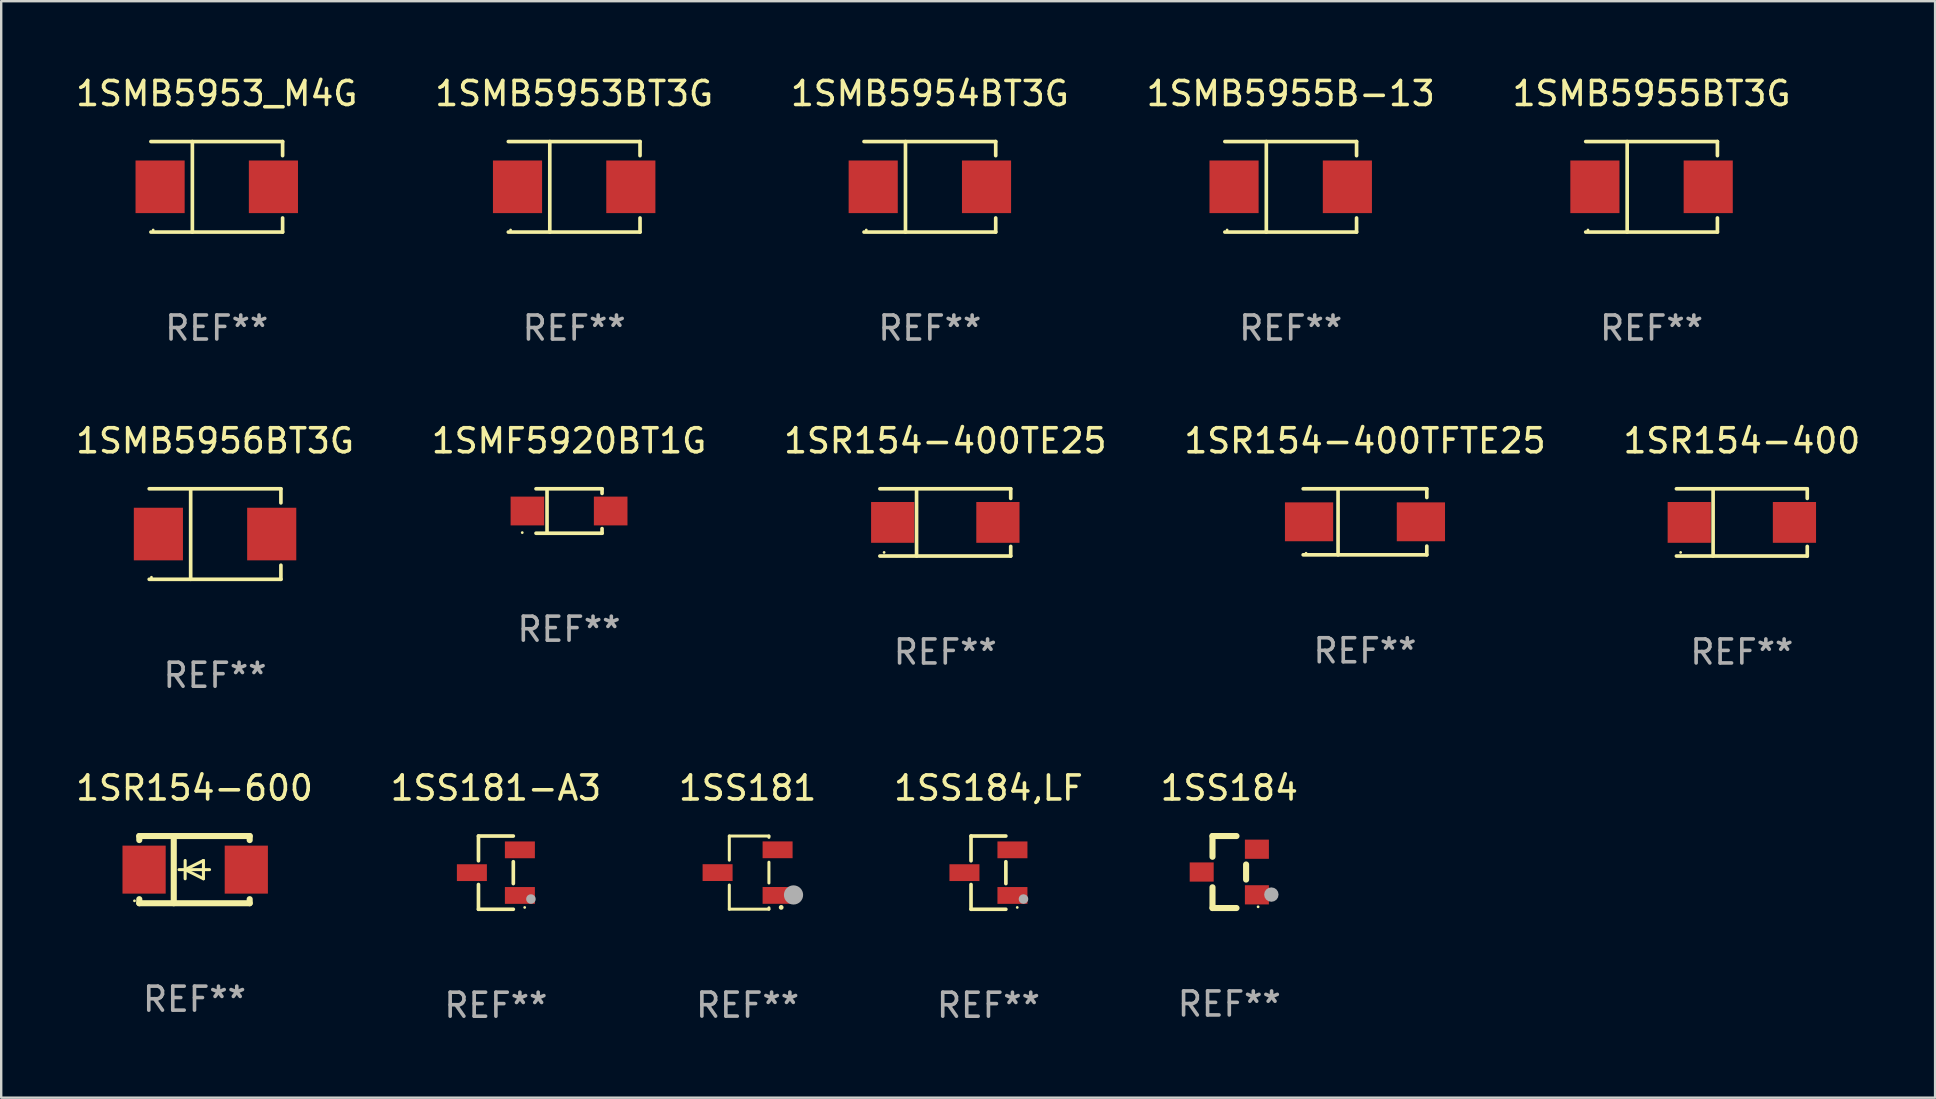
<source format=kicad_pcb>
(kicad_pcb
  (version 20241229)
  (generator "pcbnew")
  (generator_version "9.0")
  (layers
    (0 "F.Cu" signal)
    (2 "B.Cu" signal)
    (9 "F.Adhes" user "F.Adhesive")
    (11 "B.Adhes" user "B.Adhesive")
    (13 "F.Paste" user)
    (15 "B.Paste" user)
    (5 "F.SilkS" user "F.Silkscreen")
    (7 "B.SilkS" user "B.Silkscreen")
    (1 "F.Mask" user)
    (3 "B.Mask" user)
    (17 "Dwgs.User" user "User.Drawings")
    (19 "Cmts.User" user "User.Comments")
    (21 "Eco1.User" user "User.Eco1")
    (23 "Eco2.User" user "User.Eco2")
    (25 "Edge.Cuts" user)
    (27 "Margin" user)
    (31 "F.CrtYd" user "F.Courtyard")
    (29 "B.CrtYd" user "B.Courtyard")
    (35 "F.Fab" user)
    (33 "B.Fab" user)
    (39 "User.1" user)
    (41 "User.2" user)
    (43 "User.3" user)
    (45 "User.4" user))
  (footprint "1SMF5920BT1G"
    (layer "F.Cu")
    (at 20.661 18.243)
    (property "Reference" "1SMF5920BT1G" (at 0 -2.926 0) (layer "F.SilkS") (effects (font (size 1 1) (thickness 0.15))))
    (attr through_hole)
    (fp_line (start -1.376 -0.926) (end 1.376 -0.926) (stroke (width 0.152) (type solid)) (layer "F.SilkS"))
    (fp_line (start -1.376 0.926) (end 1.376 0.926) (stroke (width 0.152) (type solid)) (layer "F.SilkS"))
    (fp_line (start -0.917 -0.876) (end -0.917 0.876) (stroke (width 0.152) (type solid)) (layer "F.SilkS"))
    (fp_line (start 1.376 -0.926) (end 1.376 -0.733) (stroke (width 0.152) (type solid)) (layer "F.SilkS"))
    (fp_line (start 1.376 0.926) (end 1.376 0.733) (stroke (width 0.152) (type solid)) (layer "F.SilkS"))
    (fp_circle (center -1.95 0.9) (end -1.92 0.9) (stroke (width 0.06) (type solid)) (fill no) (layer "F.SilkS"))
    (fp_text user "REF**" (at 0 4.926 0) (layer "F.Fab") (effects (font (size 1 1) (thickness 0.15))))
    (pad "1" smd rect (at -1.735 0) (size 1.4 1.2) (layers "F.Cu" "F.Mask" "F.Paste"))
    (pad "2" smd rect (at 1.735 0) (size 1.4 1.2) (layers "F.Cu" "F.Mask" "F.Paste")))
  (footprint "1SMB5955B-13"
    (layer "F.Cu")
    (at 50.732 4.734)
    (property "Reference" "1SMB5955B-13" (at 0 -3.886 0) (layer "F.SilkS") (effects (font (size 1 1) (thickness 0.15))))
    (attr through_hole)
    (fp_line (start -2.744 -1.886) (end 2.744 -1.886) (stroke (width 0.152) (type solid)) (layer "F.SilkS"))
    (fp_line (start -2.744 1.886) (end 2.744 1.886) (stroke (width 0.152) (type solid)) (layer "F.SilkS"))
    (fp_line (start -1.016 -1.886) (end -1.016 1.886) (stroke (width 0.152) (type solid)) (layer "F.SilkS"))
    (fp_line (start 2.744 -1.886) (end 2.744 -1.299) (stroke (width 0.152) (type solid)) (layer "F.SilkS"))
    (fp_line (start 2.744 1.886) (end 2.744 1.299) (stroke (width 0.152) (type solid)) (layer "F.SilkS"))
    (fp_circle (center -2.65 1.8) (end -2.62 1.8) (stroke (width 0.06) (type solid)) (fill no) (layer "F.SilkS"))
    (fp_text user "REF**" (at 0 5.886 0) (layer "F.Fab") (effects (font (size 1 1) (thickness 0.15))))
    (pad "1" smd rect (at -2.361 0) (size 2.047 2.192) (layers "F.Cu" "F.Mask" "F.Paste"))
    (pad "2" smd rect (at 2.361 0) (size 2.047 2.192) (layers "F.Cu" "F.Mask" "F.Paste")))
  (footprint "1SR154-400"
    (layer "F.Cu")
    (at 69.53 18.718)
    (property "Reference" "1SR154-400" (at 0 -3.401 0) (layer "F.SilkS") (effects (font (size 1 1) (thickness 0.15))))
    (attr through_hole)
    (fp_line (start -2.726 -1.401) (end 2.726 -1.401) (stroke (width 0.152) (type solid)) (layer "F.SilkS"))
    (fp_line (start -2.726 1.401) (end 2.726 1.401) (stroke (width 0.152) (type solid)) (layer "F.SilkS"))
    (fp_line (start -1.197 -1.401) (end -1.197 1.401) (stroke (width 0.152) (type solid)) (layer "F.SilkS"))
    (fp_line (start 2.726 -1.401) (end 2.726 -1) (stroke (width 0.152) (type solid)) (layer "F.SilkS"))
    (fp_line (start 2.726 1.401) (end 2.726 1) (stroke (width 0.152) (type solid)) (layer "F.SilkS"))
    (fp_circle (center -2.55 1.25) (end -2.52 1.25) (stroke (width 0.06) (type solid)) (fill no) (layer "F.SilkS"))
    (fp_text user "REF**" (at 0 5.401 0) (layer "F.Fab") (effects (font (size 1 1) (thickness 0.15))))
    (pad "1" smd rect (at -2.192 0) (size 1.8 1.7) (layers "F.Cu" "F.Mask" "F.Paste"))
    (pad "2" smd rect (at 2.192 0) (size 1.8 1.7) (layers "F.Cu" "F.Mask" "F.Paste")))
  (footprint "1SMB5953BT3G"
    (layer "F.Cu")
    (at 20.875 4.734)
    (property "Reference" "1SMB5953BT3G" (at 0 -3.886 0) (layer "F.SilkS") (effects (font (size 1 1) (thickness 0.15))))
    (attr through_hole)
    (fp_line (start -2.744 -1.886) (end 2.744 -1.886) (stroke (width 0.152) (type solid)) (layer "F.SilkS"))
    (fp_line (start -2.744 1.886) (end 2.744 1.886) (stroke (width 0.152) (type solid)) (layer "F.SilkS"))
    (fp_line (start -1.016 -1.886) (end -1.016 1.886) (stroke (width 0.152) (type solid)) (layer "F.SilkS"))
    (fp_line (start 2.744 -1.886) (end 2.744 -1.299) (stroke (width 0.152) (type solid)) (layer "F.SilkS"))
    (fp_line (start 2.744 1.886) (end 2.744 1.299) (stroke (width 0.152) (type solid)) (layer "F.SilkS"))
    (fp_circle (center -2.65 1.8) (end -2.62 1.8) (stroke (width 0.06) (type solid)) (fill no) (layer "F.SilkS"))
    (fp_text user "REF**" (at 0 5.886 0) (layer "F.Fab") (effects (font (size 1 1) (thickness 0.15))))
    (pad "1" smd rect (at -2.361 0) (size 2.047 2.192) (layers "F.Cu" "F.Mask" "F.Paste"))
    (pad "2" smd rect (at 2.361 0) (size 2.047 2.192) (layers "F.Cu" "F.Mask" "F.Paste")))
  (footprint "1SR154-600"
    (layer "F.Cu")
    (at 5.054 33.186)
    (property "Reference" "1SR154-600" (at 0 -3.4 0) (layer "F.SilkS") (effects (font (size 1 1) (thickness 0.15))))
    (attr through_hole)
    (fp_line (start -2.3 -1.4) (end -2.3 -1.231) (stroke (width 0.254) (type solid)) (layer "F.SilkS"))
    (fp_line (start -2.3 -1.4) (end 2.3 -1.4) (stroke (width 0.254) (type solid)) (layer "F.SilkS"))
    (fp_line (start -2.3 1.231) (end -2.3 1.4) (stroke (width 0.254) (type solid)) (layer "F.SilkS"))
    (fp_line (start -2.3 1.4) (end 2.3 1.4) (stroke (width 0.254) (type solid)) (layer "F.SilkS"))
    (fp_line (start -0.864 1.4) (end -0.864 -1.4) (stroke (width 0.254) (type solid)) (layer "F.SilkS"))
    (fp_line (start -0.389 0) (end -0.389 -0.381) (stroke (width 0.127) (type solid)) (layer "F.SilkS"))
    (fp_line (start -0.389 0) (end -0.389 0.381) (stroke (width 0.127) (type solid)) (layer "F.SilkS"))
    (fp_line (start 0.373 -0.381) (end -0.389 0) (stroke (width 0.127) (type solid)) (layer "F.SilkS"))
    (fp_line (start 0.373 0) (end 0.373 -0.381) (stroke (width 0.127) (type solid)) (layer "F.SilkS"))
    (fp_line (start 0.373 0) (end 0.373 0.381) (stroke (width 0.127) (type solid)) (layer "F.SilkS"))
    (fp_line (start 0.373 0.381) (end -0.389 0) (stroke (width 0.127) (type solid)) (layer "F.SilkS"))
    (fp_line (start 0.627 0) (end -0.643 0) (stroke (width 0.127) (type solid)) (layer "F.SilkS"))
    (fp_line (start 2.3 -1.4) (end 2.3 -1.231) (stroke (width 0.254) (type solid)) (layer "F.SilkS"))
    (fp_line (start 2.3 1.231) (end 2.3 1.4) (stroke (width 0.254) (type solid)) (layer "F.SilkS"))
    (fp_circle (center -2.5 1.3) (end -2.47 1.3) (stroke (width 0.06) (type solid)) (fill no) (layer "F.SilkS"))
    (fp_text user "REF**" (at 0 5.4 0) (layer "F.Fab") (effects (font (size 1 1) (thickness 0.15))))
    (pad "1" smd rect (at -2.1 0 180) (size 1.8 2) (layers "F.Cu" "F.Mask" "F.Paste"))
    (pad "2" smd rect (at 2.159 0 180) (size 1.8 2) (layers "F.Cu" "F.Mask" "F.Paste")))
  (footprint "1SMB5956BT3G"
    (layer "F.Cu")
    (at 5.911 19.203)
    (property "Reference" "1SMB5956BT3G" (at 0 -3.886 0) (layer "F.SilkS") (effects (font (size 1 1) (thickness 0.15))))
    (attr through_hole)
    (fp_line (start -2.744 -1.886) (end 2.744 -1.886) (stroke (width 0.152) (type solid)) (layer "F.SilkS"))
    (fp_line (start -2.744 1.886) (end 2.744 1.886) (stroke (width 0.152) (type solid)) (layer "F.SilkS"))
    (fp_line (start -1.016 -1.886) (end -1.016 1.886) (stroke (width 0.152) (type solid)) (layer "F.SilkS"))
    (fp_line (start 2.744 -1.886) (end 2.744 -1.299) (stroke (width 0.152) (type solid)) (layer "F.SilkS"))
    (fp_line (start 2.744 1.886) (end 2.744 1.299) (stroke (width 0.152) (type solid)) (layer "F.SilkS"))
    (fp_circle (center -2.65 1.8) (end -2.62 1.8) (stroke (width 0.06) (type solid)) (fill no) (layer "F.SilkS"))
    (fp_text user "REF**" (at 0 5.886 0) (layer "F.Fab") (effects (font (size 1 1) (thickness 0.15))))
    (pad "1" smd rect (at -2.361 0) (size 2.047 2.192) (layers "F.Cu" "F.Mask" "F.Paste"))
    (pad "2" smd rect (at 2.361 0) (size 2.047 2.192) (layers "F.Cu" "F.Mask" "F.Paste")))
  (footprint "1SMB5955BT3G"
    (layer "F.Cu")
    (at 65.768 4.734)
    (property "Reference" "1SMB5955BT3G" (at 0 -3.886 0) (layer "F.SilkS") (effects (font (size 1 1) (thickness 0.15))))
    (attr through_hole)
    (fp_line (start -2.744 -1.886) (end 2.744 -1.886) (stroke (width 0.152) (type solid)) (layer "F.SilkS"))
    (fp_line (start -2.744 1.886) (end 2.744 1.886) (stroke (width 0.152) (type solid)) (layer "F.SilkS"))
    (fp_line (start -1.016 -1.886) (end -1.016 1.886) (stroke (width 0.152) (type solid)) (layer "F.SilkS"))
    (fp_line (start 2.744 -1.886) (end 2.744 -1.299) (stroke (width 0.152) (type solid)) (layer "F.SilkS"))
    (fp_line (start 2.744 1.886) (end 2.744 1.299) (stroke (width 0.152) (type solid)) (layer "F.SilkS"))
    (fp_circle (center -2.65 1.8) (end -2.62 1.8) (stroke (width 0.06) (type solid)) (fill no) (layer "F.SilkS"))
    (fp_text user "REF**" (at 0 5.886 0) (layer "F.Fab") (effects (font (size 1 1) (thickness 0.15))))
    (pad "1" smd rect (at -2.361 0) (size 2.047 2.192) (layers "F.Cu" "F.Mask" "F.Paste"))
    (pad "2" smd rect (at 2.361 0) (size 2.047 2.192) (layers "F.Cu" "F.Mask" "F.Paste")))
  (footprint "1SS184"
    (layer "F.Cu")
    (at 48.173 33.286)
    (property "Reference" "1SS184" (at 0 -3.5 0) (layer "F.SilkS") (effects (font (size 1 1) (thickness 0.15))))
    (attr through_hole)
    (fp_line (start -0.7 -1.5) (end 0.3 -1.5) (stroke (width 0.254) (type solid)) (layer "F.SilkS"))
    (fp_line (start -0.7 -0.636) (end -0.7 -1.5) (stroke (width 0.254) (type solid)) (layer "F.SilkS"))
    (fp_line (start -0.7 1.5) (end -0.7 0.636) (stroke (width 0.254) (type solid)) (layer "F.SilkS"))
    (fp_line (start -0.7 1.5) (end 0.3 1.5) (stroke (width 0.254) (type solid)) (layer "F.SilkS"))
    (fp_line (start 0.7 0.314) (end 0.7 -0.314) (stroke (width 0.254) (type solid)) (layer "F.SilkS"))
    (fp_circle (center 1.2 1.45) (end 1.23 1.45) (stroke (width 0.06) (type solid)) (fill no) (layer "F.SilkS"))
    (fp_circle (center 1.753 0.94) (end 1.903 0.94) (stroke (width 0.3) (type solid)) (fill no) (layer "F.Fab"))
    (fp_text user "REF**" (at 0 5.5 0) (layer "F.Fab") (effects (font (size 1 1) (thickness 0.15))))
    (pad "1" smd rect (at 1.15 0.95 180) (size 1 0.8) (layers "F.Cu" "F.Mask" "F.Paste"))
    (pad "2" smd rect (at 1.15 -0.95 180) (size 1 0.8) (layers "F.Cu" "F.Mask" "F.Paste"))
    (pad "3" smd rect (at -1.15 -0.000051 180) (size 1 0.8) (layers "F.Cu" "F.Mask" "F.Paste")))
  (footprint "1SS181"
    (layer "F.Cu")
    (at 28.101 33.31)
    (property "Reference" "1SS181" (at 0 -3.524 0) (layer "F.SilkS") (effects (font (size 1 1) (thickness 0.15))))
    (attr through_hole)
    (fp_line (start -0.762 -1.524) (end 0.889 -1.524) (stroke (width 0.125) (type solid)) (layer "F.SilkS"))
    (fp_line (start -0.762 -0.517) (end -0.762 -1.524) (stroke (width 0.125) (type solid)) (layer "F.SilkS"))
    (fp_line (start -0.762 1.524) (end -0.762 0.517) (stroke (width 0.125) (type solid)) (layer "F.SilkS"))
    (fp_line (start 0.889 -1.524) (end 0.889 -1.467) (stroke (width 0.125) (type solid)) (layer "F.SilkS"))
    (fp_line (start 0.889 -0.433) (end 0.889 0.433) (stroke (width 0.125) (type solid)) (layer "F.SilkS"))
    (fp_line (start 0.889 1.467) (end 0.889 1.524) (stroke (width 0.125) (type solid)) (layer "F.SilkS"))
    (fp_line (start 0.889 1.524) (end -0.762 1.524) (stroke (width 0.125) (type solid)) (layer "F.SilkS"))
    (fp_circle (center 1.4 1.45) (end 1.45 1.45) (stroke (width 0.1) (type solid)) (fill no) (layer "F.SilkS"))
    (fp_circle (center 1.914 0.931) (end 2.114 0.931) (stroke (width 0.4) (type solid)) (fill no) (layer "F.Fab"))
    (fp_text user "REF**" (at 0 5.524 0) (layer "F.Fab") (effects (font (size 1 1) (thickness 0.15))))
    (pad "1" smd rect (at 1.25 0.95 270) (size 0.7 1.25) (layers "F.Cu" "F.Mask" "F.Paste"))
    (pad "2" smd rect (at -1.25 0 270) (size 0.7 1.25) (layers "F.Cu" "F.Mask" "F.Paste"))
    (pad "3" smd rect (at 1.25 -0.95 270) (size 0.7 1.25) (layers "F.Cu" "F.Mask" "F.Paste")))
  (footprint "1SMB5954BT3G"
    (layer "F.Cu")
    (at 35.696 4.734)
    (property "Reference" "1SMB5954BT3G" (at 0 -3.886 0) (layer "F.SilkS") (effects (font (size 1 1) (thickness 0.15))))
    (attr through_hole)
    (fp_line (start -2.744 -1.886) (end 2.744 -1.886) (stroke (width 0.152) (type solid)) (layer "F.SilkS"))
    (fp_line (start -2.744 1.886) (end 2.744 1.886) (stroke (width 0.152) (type solid)) (layer "F.SilkS"))
    (fp_line (start -1.016 -1.886) (end -1.016 1.886) (stroke (width 0.152) (type solid)) (layer "F.SilkS"))
    (fp_line (start 2.744 -1.886) (end 2.744 -1.299) (stroke (width 0.152) (type solid)) (layer "F.SilkS"))
    (fp_line (start 2.744 1.886) (end 2.744 1.299) (stroke (width 0.152) (type solid)) (layer "F.SilkS"))
    (fp_circle (center -2.65 1.8) (end -2.62 1.8) (stroke (width 0.06) (type solid)) (fill no) (layer "F.SilkS"))
    (fp_text user "REF**" (at 0 5.886 0) (layer "F.Fab") (effects (font (size 1 1) (thickness 0.15))))
    (pad "1" smd rect (at -2.361 0) (size 2.047 2.192) (layers "F.Cu" "F.Mask" "F.Paste"))
    (pad "2" smd rect (at 2.361 0) (size 2.047 2.192) (layers "F.Cu" "F.Mask" "F.Paste")))
  (footprint "1SR154-400TE25"
    (layer "F.Cu")
    (at 36.339 18.718)
    (property "Reference" "1SR154-400TE25" (at 0 -3.401 0) (layer "F.SilkS") (effects (font (size 1 1) (thickness 0.15))))
    (attr through_hole)
    (fp_line (start -2.726 -1.401) (end 2.726 -1.401) (stroke (width 0.152) (type solid)) (layer "F.SilkS"))
    (fp_line (start -2.726 1.401) (end 2.726 1.401) (stroke (width 0.152) (type solid)) (layer "F.SilkS"))
    (fp_line (start -1.197 -1.401) (end -1.197 1.401) (stroke (width 0.152) (type solid)) (layer "F.SilkS"))
    (fp_line (start 2.726 -1.401) (end 2.726 -1) (stroke (width 0.152) (type solid)) (layer "F.SilkS"))
    (fp_line (start 2.726 1.401) (end 2.726 1) (stroke (width 0.152) (type solid)) (layer "F.SilkS"))
    (fp_circle (center -2.55 1.25) (end -2.52 1.25) (stroke (width 0.06) (type solid)) (fill no) (layer "F.SilkS"))
    (fp_text user "REF**" (at 0 5.401 0) (layer "F.Fab") (effects (font (size 1 1) (thickness 0.15))))
    (pad "1" smd rect (at -2.192 0) (size 1.8 1.7) (layers "F.Cu" "F.Mask" "F.Paste"))
    (pad "2" smd rect (at 2.192 0) (size 1.8 1.7) (layers "F.Cu" "F.Mask" "F.Paste")))
  (footprint "1SS184,LF"
    (layer "F.Cu")
    (at 38.137 33.312)
    (property "Reference" "1SS184,LF" (at 0 -3.526 0) (layer "F.SilkS") (effects (font (size 1 1) (thickness 0.15))))
    (attr through_hole)
    (fp_line (start -0.726 -1.526) (end -0.726 -0.495) (stroke (width 0.152) (type solid)) (layer "F.SilkS"))
    (fp_line (start -0.726 1.526) (end -0.726 0.495) (stroke (width 0.152) (type solid)) (layer "F.SilkS"))
    (fp_line (start 0.726 -1.526) (end -0.726 -1.526) (stroke (width 0.152) (type solid)) (layer "F.SilkS"))
    (fp_line (start 0.726 -0.455) (end 0.726 0.455) (stroke (width 0.152) (type solid)) (layer "F.SilkS"))
    (fp_line (start 0.726 1.526) (end -0.726 1.526) (stroke (width 0.152) (type solid)) (layer "F.SilkS"))
    (fp_circle (center 1.2 1.45) (end 1.23 1.45) (stroke (width 0.06) (type solid)) (fill no) (layer "F.SilkS"))
    (fp_circle (center 1.46 1.1) (end 1.56 1.1) (stroke (width 0.2) (type solid)) (fill no) (layer "F.Fab"))
    (fp_text user "REF**" (at 0 5.526 0) (layer "F.Fab") (effects (font (size 1 1) (thickness 0.15))))
    (pad "1" smd rect (at 1 0.95) (size 1.25 0.7) (layers "F.Cu" "F.Mask" "F.Paste"))
    (pad "2" smd rect (at 1 -0.95) (size 1.25 0.7) (layers "F.Cu" "F.Mask" "F.Paste"))
    (pad "3" smd rect (at -1 0) (size 1.25 0.7) (layers "F.Cu" "F.Mask" "F.Paste")))
  (footprint "1SR154-400TFTE25"
    (layer "F.Cu")
    (at 53.827 18.693)
    (property "Reference" "1SR154-400TFTE25" (at 0 -3.376 0) (layer "F.SilkS") (effects (font (size 1 1) (thickness 0.15))))
    (attr through_hole)
    (fp_line (start -2.576 -1.376) (end 2.576 -1.376) (stroke (width 0.152) (type solid)) (layer "F.SilkS"))
    (fp_line (start -2.576 1.376) (end 2.576 1.376) (stroke (width 0.152) (type solid)) (layer "F.SilkS"))
    (fp_line (start -1.122 -1.376) (end -1.122 1.376) (stroke (width 0.152) (type solid)) (layer "F.SilkS"))
    (fp_line (start 2.576 -1.376) (end 2.576 -1.013) (stroke (width 0.152) (type solid)) (layer "F.SilkS"))
    (fp_line (start 2.576 1.376) (end 2.576 1.013) (stroke (width 0.152) (type solid)) (layer "F.SilkS"))
    (fp_circle (center -2.456 1.31) (end -2.426 1.31) (stroke (width 0.06) (type solid)) (fill no) (layer "F.SilkS"))
    (fp_text user "REF**" (at 0 5.376 0) (layer "F.Fab") (effects (font (size 1 1) (thickness 0.15))))
    (pad "1" smd rect (at -2.33 0 180) (size 2.01 1.62) (layers "F.Cu" "F.Mask" "F.Paste"))
    (pad "2" smd rect (at 2.33 0 180) (size 2.01 1.62) (layers "F.Cu" "F.Mask" "F.Paste")))
  (footprint "1SMB5953_M4G"
    (layer "F.Cu")
    (at 5.982 4.734)
    (property "Reference" "1SMB5953_M4G" (at 0 -3.886 0) (layer "F.SilkS") (effects (font (size 1 1) (thickness 0.15))))
    (attr through_hole)
    (fp_line (start -2.744 -1.886) (end 2.744 -1.886) (stroke (width 0.152) (type solid)) (layer "F.SilkS"))
    (fp_line (start -2.744 1.886) (end 2.744 1.886) (stroke (width 0.152) (type solid)) (layer "F.SilkS"))
    (fp_line (start -1.016 -1.886) (end -1.016 1.886) (stroke (width 0.152) (type solid)) (layer "F.SilkS"))
    (fp_line (start 2.744 -1.886) (end 2.744 -1.299) (stroke (width 0.152) (type solid)) (layer "F.SilkS"))
    (fp_line (start 2.744 1.886) (end 2.744 1.299) (stroke (width 0.152) (type solid)) (layer "F.SilkS"))
    (fp_circle (center -2.65 1.8) (end -2.62 1.8) (stroke (width 0.06) (type solid)) (fill no) (layer "F.SilkS"))
    (fp_text user "REF**" (at 0 5.886 0) (layer "F.Fab") (effects (font (size 1 1) (thickness 0.15))))
    (pad "1" smd rect (at -2.361 0) (size 2.047 2.192) (layers "F.Cu" "F.Mask" "F.Paste"))
    (pad "2" smd rect (at 2.361 0) (size 2.047 2.192) (layers "F.Cu" "F.Mask" "F.Paste")))
  (footprint "1SS181-A3"
    (layer "F.Cu")
    (at 17.613 33.312)
    (property "Reference" "1SS181-A3" (at 0 -3.526 0) (layer "F.SilkS") (effects (font (size 1 1) (thickness 0.15))))
    (attr through_hole)
    (fp_line (start -0.726 -1.526) (end -0.726 -0.495) (stroke (width 0.152) (type solid)) (layer "F.SilkS"))
    (fp_line (start -0.726 1.526) (end -0.726 0.495) (stroke (width 0.152) (type solid)) (layer "F.SilkS"))
    (fp_line (start 0.726 -1.526) (end -0.726 -1.526) (stroke (width 0.152) (type solid)) (layer "F.SilkS"))
    (fp_line (start 0.726 -0.455) (end 0.726 0.455) (stroke (width 0.152) (type solid)) (layer "F.SilkS"))
    (fp_line (start 0.726 1.526) (end -0.726 1.526) (stroke (width 0.152) (type solid)) (layer "F.SilkS"))
    (fp_circle (center 1.2 1.45) (end 1.23 1.45) (stroke (width 0.06) (type solid)) (fill no) (layer "F.SilkS"))
    (fp_circle (center 1.46 1.1) (end 1.56 1.1) (stroke (width 0.2) (type solid)) (fill no) (layer "F.Fab"))
    (fp_text user "REF**" (at 0 5.526 0) (layer "F.Fab") (effects (font (size 1 1) (thickness 0.15))))
    (pad "1" smd rect (at 1 0.95) (size 1.25 0.7) (layers "F.Cu" "F.Mask" "F.Paste"))
    (pad "2" smd rect (at 1 -0.95) (size 1.25 0.7) (layers "F.Cu" "F.Mask" "F.Paste"))
    (pad "3" smd rect (at -1 0) (size 1.25 0.7) (layers "F.Cu" "F.Mask" "F.Paste")))
  (gr_rect
    (start -3 -3)
    (end 77.583 42.687)
    (stroke (width 0.1) (type default))
    (fill no)
    (layer "Edge.Cuts")))
</source>
